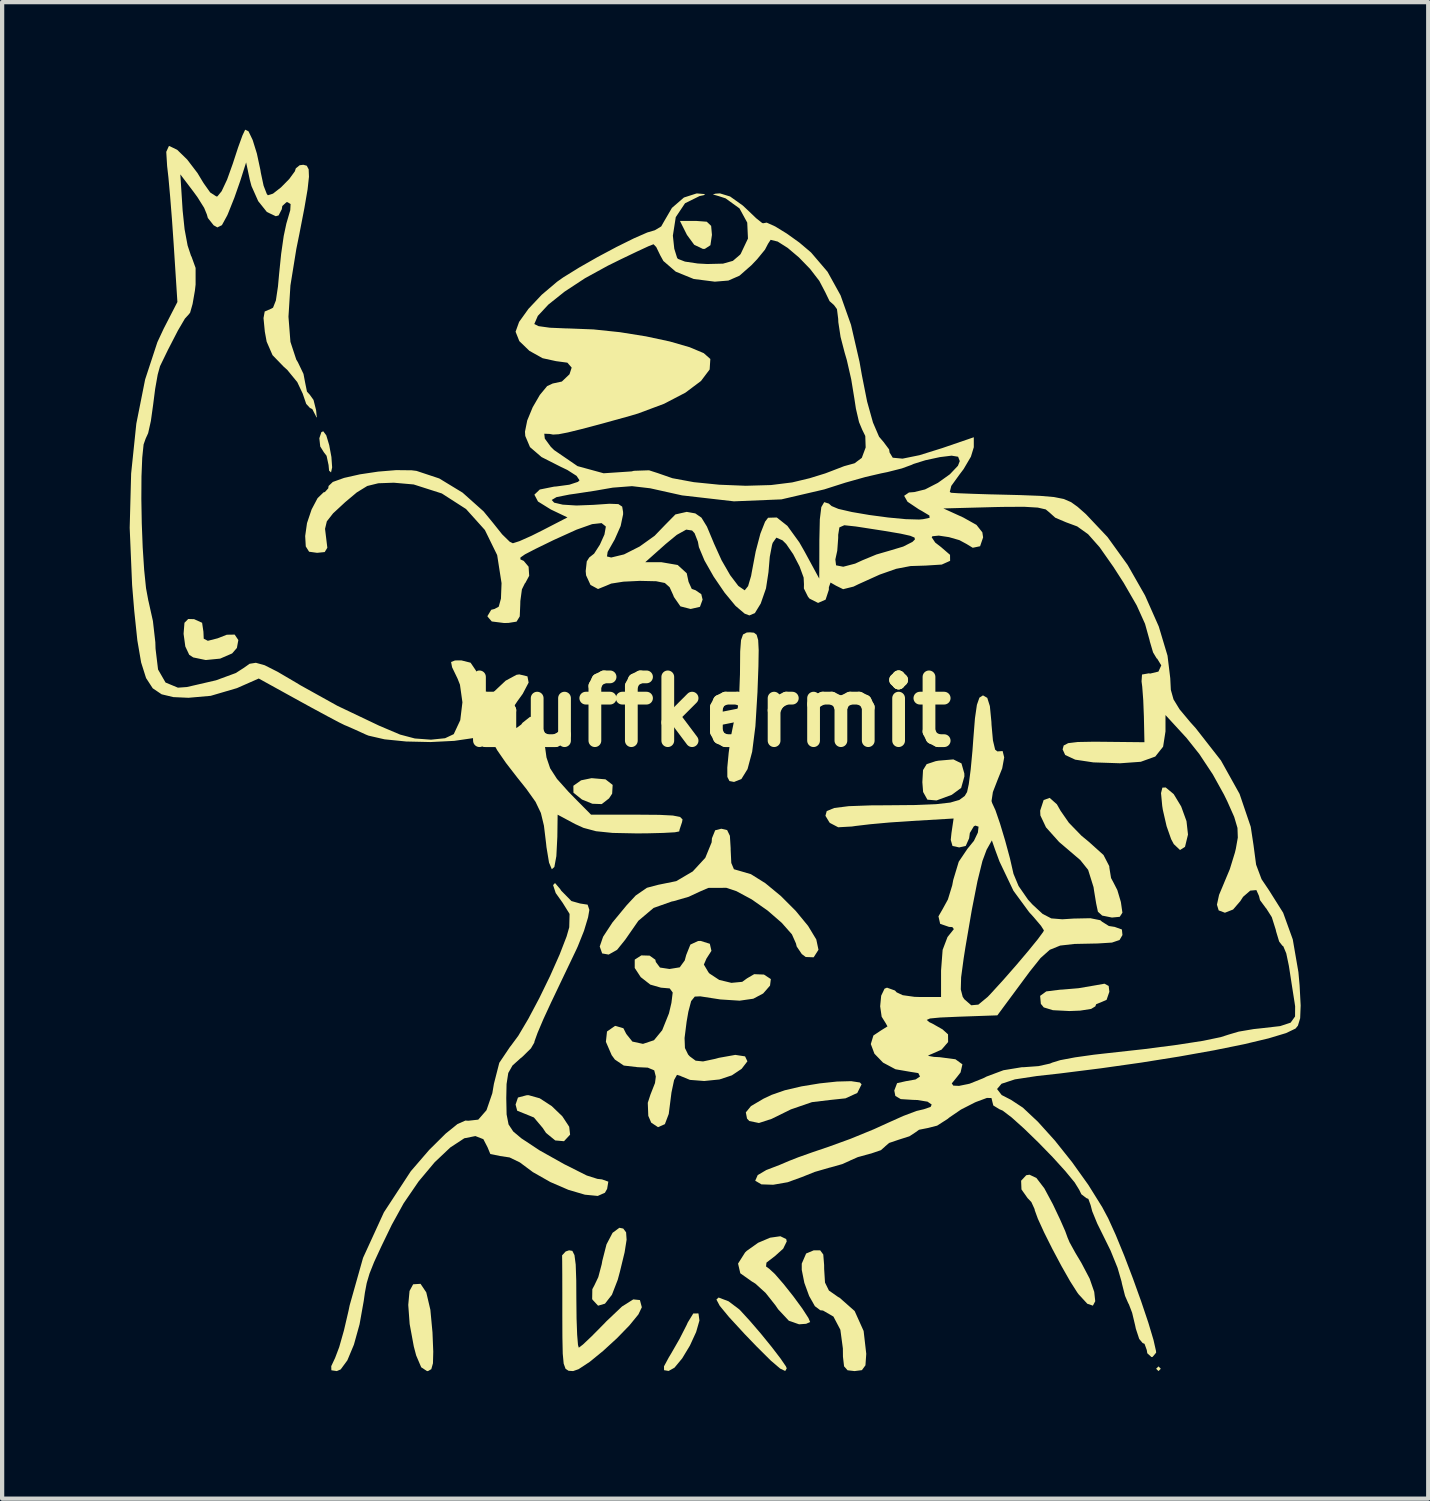
<source format=kicad_pcb>
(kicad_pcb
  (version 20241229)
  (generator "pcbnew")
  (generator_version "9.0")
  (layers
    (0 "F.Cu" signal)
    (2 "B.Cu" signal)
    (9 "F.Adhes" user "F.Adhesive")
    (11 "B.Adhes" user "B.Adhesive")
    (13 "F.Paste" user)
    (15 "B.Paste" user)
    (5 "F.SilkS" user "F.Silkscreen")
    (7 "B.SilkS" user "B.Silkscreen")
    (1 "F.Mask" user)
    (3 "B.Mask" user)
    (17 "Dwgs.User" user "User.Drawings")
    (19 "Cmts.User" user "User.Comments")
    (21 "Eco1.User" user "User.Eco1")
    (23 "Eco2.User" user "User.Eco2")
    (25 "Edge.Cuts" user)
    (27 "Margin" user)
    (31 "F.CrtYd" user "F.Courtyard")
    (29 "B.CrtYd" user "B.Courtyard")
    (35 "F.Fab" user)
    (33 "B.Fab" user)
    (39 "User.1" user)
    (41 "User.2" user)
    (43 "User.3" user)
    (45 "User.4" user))
  (footprint "buffkermit"
    (layer "F.Cu")
    (at 13.583 13.69)
    (property "Reference" "buffkermit" (at 0 0 0) (layer "F.SilkS") (effects (font (size 1.5 1.5) (thickness 0.3))))
    (attr board_only exclude_from_pos_files exclude_from_bom)
    (fp_poly (pts (xy 10.666 15.449) (xy 10.611 15.504) (xy 10.556 15.449) (xy 10.611 15.394)) (stroke (width 0) (type solid)) (fill yes) (layer "F.SilkS"))
    (fp_poly (pts (xy -0.012 -11.526) (xy 0.091 -11.428) (xy 0.11 -11.216) (xy 0.074 -10.973) (xy -0.056 -10.888) (xy -0.102 -10.886) (xy -0.307 -10.983) (xy -0.478 -11.216) (xy -0.643 -11.545) (xy -0.266 -11.545)) (stroke (width 0) (type solid)) (fill yes) (layer "F.SilkS"))
    (fp_poly (pts (xy -2.393 1.588) (xy -2.225 1.719) (xy -2.237 1.925) (xy -2.31 2.036) (xy -2.482 2.17) (xy -2.702 2.162) (xy -2.946 2.063) (xy -3.147 1.902) (xy -3.149 1.739) (xy -2.968 1.611) (xy -2.72 1.56)) (stroke (width 0) (type solid)) (fill yes) (layer "F.SilkS"))
    (fp_poly (pts (xy -8.96 -6.502) (xy -8.891 -6.272) (xy -8.839 -5.992) (xy -8.822 -5.748) (xy -8.848 -5.63) (xy -8.894 -5.672) (xy -8.906 -5.803) (xy -8.953 -6.021) (xy -9.016 -6.103) (xy -9.102 -6.24) (xy -9.123 -6.434) (xy -9.075 -6.578) (xy -9.031 -6.597)) (stroke (width 0) (type solid)) (fill yes) (layer "F.SilkS"))
    (fp_poly (pts (xy 5.978 1.213) (xy 6.045 1.449) (xy 6.047 1.518) (xy 5.971 1.789) (xy 5.75 1.952) (xy 5.392 2.084) (xy 5.177 2.066) (xy 5.076 1.885) (xy 5.058 1.654) (xy 5.074 1.37) (xy 5.159 1.231) (xy 5.37 1.161) (xy 5.436 1.149) (xy 5.787 1.119)) (stroke (width 0) (type solid)) (fill yes) (layer "F.SilkS"))
    (fp_poly (pts (xy 10.969 1.935) (xy 11.145 2.226) (xy 11.27 2.57) (xy 11.305 2.884) (xy 11.304 2.892) (xy 11.235 3.175) (xy 11.118 3.25) (xy 10.971 3.111) (xy 10.909 2.995) (xy 10.802 2.69) (xy 10.714 2.307) (xy 10.699 2.212) (xy 10.671 1.911) (xy 10.703 1.783) (xy 10.781 1.779)) (stroke (width 0) (type solid)) (fill yes) (layer "F.SilkS"))
    (fp_poly (pts (xy -6.608 13.654) (xy -6.512 14.062) (xy -6.462 14.597) (xy -6.444 15.047) (xy -6.451 15.321) (xy -6.49 15.459) (xy -6.567 15.503) (xy -6.591 15.504) (xy -6.727 15.415) (xy -6.846 15.136) (xy -6.902 14.923) (xy -6.999 14.398) (xy -7.032 13.948) (xy -7.002 13.62) (xy -6.917 13.463) (xy -6.743 13.452)) (stroke (width 0) (type solid)) (fill yes) (layer "F.SilkS"))
    (fp_poly (pts (xy -3.94 9.089) (xy -3.657 9.273) (xy -3.408 9.513) (xy -3.247 9.758) (xy -3.226 9.944) (xy -3.369 10.098) (xy -3.576 10.08) (xy -3.792 9.903) (xy -3.871 9.785) (xy -4.077 9.54) (xy -4.283 9.456) (xy -4.47 9.381) (xy -4.508 9.236) (xy -4.452 9.071) (xy -4.248 9.017) (xy -4.2 9.016)) (stroke (width 0) (type solid)) (fill yes) (layer "F.SilkS"))
    (fp_poly (pts (xy -0.206 14.154) (xy -0.184 14.315) (xy -0.262 14.586) (xy -0.408 14.904) (xy -0.589 15.204) (xy -0.771 15.424) (xy -0.909 15.501) (xy -1.016 15.483) (xy -1.018 15.393) (xy -0.905 15.183) (xy -0.85 15.092) (xy -0.653 14.749) (xy -0.485 14.42) (xy -0.458 14.36) (xy -0.329 14.149) (xy -0.213 14.148)) (stroke (width 0) (type solid)) (fill yes) (layer "F.SilkS"))
    (fp_poly (pts (xy -1.976 12.152) (xy -1.909 12.241) (xy -1.897 12.415) (xy -1.944 12.712) (xy -2.055 13.169) (xy -2.106 13.358) (xy -2.242 13.709) (xy -2.406 13.919) (xy -2.568 13.966) (xy -2.698 13.827) (xy -2.707 13.806) (xy -2.703 13.578) (xy -2.656 13.49) (xy -2.563 13.295) (xy -2.482 12.989) (xy -2.469 12.913) (xy -2.37 12.525) (xy -2.227 12.252) (xy -2.067 12.134)) (stroke (width 0) (type solid)) (fill yes) (layer "F.SilkS"))
    (fp_poly (pts (xy 0.274 13.777) (xy 0.499 13.862) (xy 0.749 14.05) (xy 0.77 14.07) (xy 0.994 14.314) (xy 1.255 14.617) (xy 1.511 14.932) (xy 1.722 15.207) (xy 1.85 15.394) (xy 1.869 15.44) (xy 1.833 15.502) (xy 1.714 15.445) (xy 1.494 15.257) (xy 1.159 14.924) (xy 0.879 14.633) (xy 0.512 14.234) (xy 0.294 13.97) (xy 0.215 13.822) (xy 0.263 13.776)) (stroke (width 0) (type solid)) (fill yes) (layer "F.SilkS"))
    (fp_poly (pts (xy 9.44 6.447) (xy 9.456 6.584) (xy 9.391 6.773) (xy 9.291 6.817) (xy 9.145 6.877) (xy 9.126 6.927) (xy 9.027 6.987) (xy 8.77 7.027) (xy 8.518 7.037) (xy 8.128 7.017) (xy 7.913 6.951) (xy 7.845 6.868) (xy 7.828 6.68) (xy 7.972 6.575) (xy 8.304 6.534) (xy 8.339 6.533) (xy 8.73 6.5) (xy 9.099 6.437) (xy 9.342 6.394)) (stroke (width 0) (type solid)) (fill yes) (layer "F.SilkS"))
    (fp_poly (pts (xy -12.068 -2.179) (xy -11.88 -2.094) (xy -11.849 -1.883) (xy -11.842 -1.72) (xy -11.745 -1.67) (xy -11.517 -1.728) (xy -11.299 -1.813) (xy -11.114 -1.816) (xy -11.028 -1.688) (xy -11.062 -1.502) (xy -11.174 -1.373) (xy -11.456 -1.251) (xy -11.795 -1.218) (xy -12.088 -1.279) (xy -12.183 -1.341) (xy -12.275 -1.537) (xy -12.315 -1.829) (xy -12.315 -1.844) (xy -12.295 -2.094) (xy -12.207 -2.183)) (stroke (width 0) (type solid)) (fill yes) (layer "F.SilkS"))
    (fp_poly (pts (xy 3.589 8.717) (xy 3.629 8.76) (xy 3.528 8.963) (xy 3.251 9.09) (xy 2.909 9.126) (xy 2.463 9.179) (xy 1.968 9.349) (xy 1.513 9.573) (xy 1.215 9.67) (xy 0.988 9.623) (xy 0.935 9.566) (xy 0.907 9.42) (xy 1.028 9.272) (xy 1.325 9.097) (xy 1.516 9.007) (xy 1.824 8.9) (xy 2.218 8.808) (xy 2.645 8.738) (xy 3.051 8.695) (xy 3.383 8.686)) (stroke (width 0) (type solid)) (fill yes) (layer "F.SilkS"))
    (fp_poly (pts (xy 1.098 -1.861) (xy 1.161 -1.812) (xy 1.197 -1.687) (xy 1.209 -1.451) (xy 1.203 -1.069) (xy 1.182 -0.503) (xy 1.181 -0.467) (xy 1.132 0.338) (xy 1.056 0.938) (xy 0.947 1.347) (xy 0.803 1.58) (xy 0.63 1.649) (xy 0.522 1.628) (xy 0.472 1.531) (xy 0.471 1.31) (xy 0.504 0.962) (xy 0.558 0.568) (xy 0.624 0.245) (xy 0.674 0.09) (xy 0.719 -0.104) (xy 0.753 -0.45) (xy 0.769 -0.881) (xy 0.77 -0.982) (xy 0.774 -1.422) (xy 0.794 -1.686) (xy 0.841 -1.819) (xy 0.928 -1.865) (xy 1.003 -1.869)) (stroke (width 0) (type solid)) (fill yes) (layer "F.SilkS"))
    (fp_poly (pts (xy 1.856 12.399) (xy 1.869 12.454) (xy 1.785 12.626) (xy 1.581 12.809) (xy 1.577 12.811) (xy 1.392 12.953) (xy 1.382 13.044) (xy 1.457 13.098) (xy 1.59 13.221) (xy 1.794 13.456) (xy 2.024 13.746) (xy 2.234 14.032) (xy 2.379 14.256) (xy 2.419 14.35) (xy 2.325 14.392) (xy 2.159 14.404) (xy 1.918 14.32) (xy 1.667 14.051) (xy 1.605 13.96) (xy 1.373 13.667) (xy 1.131 13.447) (xy 1.046 13.395) (xy 0.777 13.204) (xy 0.724 12.976) (xy 0.889 12.715) (xy 0.928 12.677) (xy 1.195 12.487) (xy 1.478 12.367) (xy 1.719 12.333)) (stroke (width 0) (type solid)) (fill yes) (layer "F.SilkS"))
    (fp_poly (pts (xy 2.656 12.665) (xy 2.728 12.762) (xy 2.748 13.009) (xy 2.749 13.107) (xy 2.769 13.423) (xy 2.861 13.61) (xy 3.074 13.759) (xy 3.114 13.781) (xy 3.466 14.092) (xy 3.677 14.561) (xy 3.739 15.099) (xy 3.72 15.368) (xy 3.637 15.482) (xy 3.464 15.504) (xy 3.299 15.485) (xy 3.217 15.392) (xy 3.191 15.165) (xy 3.189 14.971) (xy 3.13 14.532) (xy 2.967 14.222) (xy 2.722 14.08) (xy 2.659 14.074) (xy 2.531 13.978) (xy 2.396 13.739) (xy 2.283 13.429) (xy 2.222 13.124) (xy 2.222 12.977) (xy 2.325 12.739) (xy 2.502 12.665)) (stroke (width 0) (type solid)) (fill yes) (layer "F.SilkS"))
    (fp_poly (pts (xy 8.222 2.175) (xy 8.309 2.328) (xy 8.504 2.609) (xy 8.799 2.913) (xy 8.971 3.055) (xy 9.318 3.367) (xy 9.454 3.63) (xy 9.456 3.665) (xy 9.496 3.909) (xy 9.555 4.019) (xy 9.644 4.193) (xy 9.726 4.47) (xy 9.728 4.481) (xy 9.763 4.724) (xy 9.7 4.821) (xy 9.517 4.838) (xy 9.287 4.792) (xy 9.187 4.701) (xy 9.146 4.509) (xy 9.096 4.205) (xy 9.084 4.123) (xy 8.957 3.717) (xy 8.772 3.486) (xy 8.275 3.062) (xy 7.966 2.717) (xy 7.834 2.437) (xy 7.829 2.324) (xy 7.911 2.074) (xy 8.052 2.024)) (stroke (width 0) (type solid)) (fill yes) (layer "F.SilkS"))
    (fp_poly (pts (xy 7.74 10.962) (xy 7.927 11.207) (xy 8.128 11.582) (xy 8.296 11.936) (xy 8.417 12.21) (xy 8.467 12.347) (xy 8.467 12.35) (xy 8.52 12.476) (xy 8.658 12.726) (xy 8.797 12.958) (xy 8.992 13.329) (xy 9.1 13.64) (xy 9.124 13.861) (xy 9.069 13.965) (xy 8.938 13.921) (xy 8.735 13.701) (xy 8.701 13.655) (xy 8.534 13.393) (xy 8.33 13.034) (xy 8.116 12.632) (xy 7.921 12.242) (xy 7.774 11.92) (xy 7.701 11.72) (xy 7.698 11.696) (xy 7.621 11.528) (xy 7.532 11.435) (xy 7.389 11.232) (xy 7.381 11.027) (xy 7.501 10.898) (xy 7.578 10.886)) (stroke (width 0) (type solid)) (fill yes) (layer "F.SilkS"))
    (fp_poly (pts (xy -3.173 12.677) (xy -3.123 12.777) (xy -3.094 12.999) (xy -3.081 13.378) (xy -3.079 13.792) (xy -3.074 14.267) (xy -3.06 14.649) (xy -3.04 14.891) (xy -3.021 14.954) (xy -2.924 14.88) (xy -2.717 14.684) (xy -2.441 14.405) (xy -2.374 14.335) (xy -2.005 13.985) (xy -1.74 13.818) (xy -1.584 13.834) (xy -1.539 14.003) (xy -1.62 14.172) (xy -1.83 14.429) (xy -2.122 14.73) (xy -2.451 15.031) (xy -2.767 15.289) (xy -3.026 15.459) (xy -3.155 15.504) (xy -3.262 15.497) (xy -3.333 15.45) (xy -3.377 15.328) (xy -3.399 15.093) (xy -3.407 14.71) (xy -3.409 14.184) (xy -3.409 13.665) (xy -3.41 13.228) (xy -3.412 12.918) (xy -3.414 12.782) (xy -3.33 12.691) (xy -3.25 12.664)) (stroke (width 0) (type solid)) (fill yes) (layer "F.SilkS"))
    (fp_poly (pts (xy 0.467 2.781) (xy 0.532 2.916) (xy 0.55 3.208) (xy 0.55 3.244) (xy 0.565 3.555) (xy 0.627 3.702) (xy 0.756 3.739) (xy 1.026 3.818) (xy 1.365 4.03) (xy 1.73 4.331) (xy 2.079 4.68) (xy 2.371 5.035) (xy 2.564 5.354) (xy 2.615 5.595) (xy 2.614 5.598) (xy 2.502 5.773) (xy 2.315 5.766) (xy 2.223 5.697) (xy 2.103 5.519) (xy 2.086 5.448) (xy 1.991 5.234) (xy 1.751 4.962) (xy 1.419 4.674) (xy 1.046 4.412) (xy 0.684 4.217) (xy 0.449 4.139) (xy 0.025 4.141) (xy -0.167 4.224) (xy -0.437 4.35) (xy -0.785 4.451) (xy -0.836 4.461) (xy -1.262 4.612) (xy -1.62 4.914) (xy -1.93 5.36) (xy -2.121 5.597) (xy -2.319 5.709) (xy -2.472 5.682) (xy -2.529 5.519) (xy -2.45 5.29) (xy -2.23 4.954) (xy -1.894 4.547) (xy -1.682 4.319) (xy -1.419 4.138) (xy -1.154 4.068) (xy -0.73 3.982) (xy -0.342 3.754) (xy -0.046 3.433) (xy 0.103 3.069) (xy 0.11 2.973) (xy 0.186 2.786) (xy 0.33 2.749)) (stroke (width 0) (type solid)) (fill yes) (layer "F.SilkS"))
    (fp_poly (pts (xy 0.06 5.455) (xy 0.098 5.621) (xy -0.019 5.803) (xy -0.08 5.944) (xy 0.029 6.128) (xy 0.053 6.155) (xy 0.281 6.305) (xy 0.568 6.374) (xy 0.822 6.35) (xy 0.935 6.268) (xy 1.103 6.17) (xy 1.333 6.179) (xy 1.495 6.285) (xy 1.476 6.439) (xy 1.314 6.624) (xy 1.083 6.747) (xy 0.761 6.793) (xy 0.307 6.764) (xy -0.165 6.691) (xy -0.294 6.697) (xy -0.379 6.803) (xy -0.445 7.053) (xy -0.486 7.29) (xy -0.534 7.672) (xy -0.525 7.907) (xy -0.45 8.06) (xy -0.411 8.103) (xy -0.274 8.204) (xy -0.1 8.222) (xy 0.187 8.161) (xy 0.274 8.137) (xy 0.66 8.068) (xy 0.889 8.103) (xy 0.944 8.219) (xy 0.809 8.395) (xy 0.579 8.549) (xy 0.287 8.646) (xy -0.072 8.682) (xy -0.407 8.656) (xy -0.626 8.566) (xy -0.63 8.562) (xy -0.712 8.537) (xy -0.78 8.659) (xy -0.842 8.953) (xy -0.904 9.442) (xy -0.905 9.455) (xy -0.997 9.697) (xy -1.158 9.768) (xy -1.318 9.662) (xy -1.387 9.502) (xy -1.399 9.195) (xy -1.336 9.001) (xy -1.229 8.729) (xy -1.21 8.578) (xy -1.247 8.432) (xy -1.399 8.368) (xy -1.637 8.357) (xy -1.963 8.319) (xy -2.172 8.178) (xy -2.248 8.075) (xy -2.384 7.761) (xy -2.358 7.518) (xy -2.173 7.389) (xy -2.163 7.386) (xy -1.973 7.441) (xy -1.904 7.577) (xy -1.761 7.755) (xy -1.512 7.809) (xy -1.253 7.723) (xy -1.06 7.488) (xy -0.901 7.092) (xy -0.843 6.845) (xy -0.813 6.601) (xy -0.883 6.505) (xy -1.09 6.487) (xy -1.34 6.415) (xy -1.565 6.239) (xy -1.706 6.024) (xy -1.706 5.83) (xy -1.702 5.825) (xy -1.551 5.728) (xy -1.355 5.734) (xy -1.221 5.83) (xy -1.21 5.883) (xy -1.112 6.014) (xy -0.888 6.048) (xy -0.648 6.009) (xy -0.53 5.847) (xy -0.495 5.718) (xy -0.397 5.474) (xy -0.217 5.39) (xy -0.156 5.388)) (stroke (width 0) (type solid)) (fill yes) (layer "F.SilkS"))
    (fp_poly (pts (xy -3.461 4.166) (xy -3.435 4.206) (xy -3.195 4.45) (xy -2.99 4.508) (xy -2.814 4.535) (xy -2.773 4.658) (xy -2.803 4.833) (xy -2.899 5.151) (xy -3.044 5.514) (xy -3.072 5.576) (xy -3.216 5.878) (xy -3.416 6.296) (xy -3.632 6.75) (xy -3.67 6.829) (xy -3.853 7.225) (xy -3.991 7.55) (xy -4.063 7.749) (xy -4.068 7.779) (xy -4.147 7.915) (xy -4.343 8.108) (xy -4.397 8.152) (xy -4.581 8.318) (xy -4.68 8.494) (xy -4.72 8.753) (xy -4.727 9.086) (xy -4.719 9.468) (xy -4.673 9.704) (xy -4.563 9.87) (xy -4.371 10.031) (xy -3.943 10.314) (xy -3.365 10.638) (xy -2.833 10.905) (xy -2.583 10.984) (xy -2.476 10.996) (xy -2.327 11.049) (xy -2.355 11.219) (xy -2.407 11.31) (xy -2.575 11.385) (xy -2.877 11.356) (xy -3.265 11.242) (xy -3.689 11.059) (xy -4.101 10.825) (xy -4.407 10.597) (xy -4.648 10.48) (xy -4.874 10.446) (xy -5.102 10.399) (xy -5.168 10.239) (xy -5.266 10.05) (xy -5.453 9.977) (xy -5.714 10.029) (xy -6.043 10.245) (xy -6.411 10.593) (xy -6.787 11.042) (xy -7.141 11.559) (xy -7.421 12.067) (xy -7.668 12.578) (xy -7.836 12.942) (xy -7.943 13.211) (xy -8.009 13.434) (xy -8.052 13.662) (xy -8.079 13.855) (xy -8.177 14.404) (xy -8.31 14.883) (xy -8.464 15.251) (xy -8.621 15.465) (xy -8.712 15.504) (xy -8.84 15.485) (xy -8.843 15.388) (xy -8.752 15.194) (xy -8.656 14.941) (xy -8.544 14.546) (xy -8.436 14.083) (xy -8.41 13.957) (xy -8.095 12.841) (xy -7.605 11.771) (xy -6.972 10.804) (xy -6.539 10.302) (xy -6.152 9.919) (xy -5.875 9.695) (xy -5.687 9.612) (xy -5.622 9.617) (xy -5.386 9.591) (xy -5.192 9.369) (xy -5.055 8.97) (xy -5.017 8.746) (xy -4.891 8.254) (xy -4.636 7.875) (xy -4.627 7.866) (xy -4.444 7.618) (xy -4.209 7.221) (xy -3.95 6.733) (xy -3.695 6.209) (xy -3.472 5.707) (xy -3.308 5.283) (xy -3.246 5.067) (xy -3.238 4.753) (xy -3.401 4.491) (xy -3.564 4.262) (xy -3.626 4.075) (xy -3.581 4.026)) (stroke (width 0) (type solid)) (fill yes) (layer "F.SilkS"))
    (fp_poly (pts (xy -10.789 -13.652) (xy -10.691 -13.448) (xy -10.592 -13.129) (xy -10.51 -12.747) (xy -10.498 -12.673) (xy -10.434 -12.373) (xy -10.358 -12.177) (xy -10.333 -12.148) (xy -10.213 -12.186) (xy -10.024 -12.334) (xy -9.831 -12.53) (xy -9.699 -12.711) (xy -9.676 -12.781) (xy -9.586 -12.854) (xy -9.5 -12.865) (xy -9.419 -12.843) (xy -9.374 -12.758) (xy -9.367 -12.583) (xy -9.399 -12.289) (xy -9.474 -11.85) (xy -9.593 -11.236) (xy -9.664 -10.886) (xy -9.803 -10.027) (xy -9.849 -9.291) (xy -9.803 -8.701) (xy -9.665 -8.282) (xy -9.629 -8.224) (xy -9.496 -7.947) (xy -9.456 -7.737) (xy -9.414 -7.53) (xy -9.349 -7.459) (xy -9.26 -7.335) (xy -9.199 -7.092) (xy -9.183 -6.921) (xy -9.199 -6.935) (xy -9.204 -6.955) (xy -9.288 -7.118) (xy -9.345 -7.147) (xy -9.432 -7.242) (xy -9.51 -7.47) (xy -9.511 -7.476) (xy -9.642 -7.754) (xy -9.879 -8.043) (xy -9.959 -8.114) (xy -10.224 -8.388) (xy -10.362 -8.705) (xy -10.405 -8.94) (xy -10.436 -9.259) (xy -10.408 -9.414) (xy -10.311 -9.456) (xy -10.305 -9.456) (xy -10.212 -9.504) (xy -10.145 -9.674) (xy -10.096 -10.002) (xy -10.068 -10.308) (xy -10.021 -10.77) (xy -9.961 -11.189) (xy -9.899 -11.481) (xy -9.894 -11.498) (xy -9.807 -11.796) (xy -9.799 -11.941) (xy -9.868 -11.984) (xy -9.896 -11.985) (xy -9.994 -11.896) (xy -10.006 -11.82) (xy -10.081 -11.674) (xy -10.147 -11.655) (xy -10.356 -11.754) (xy -10.561 -12.01) (xy -10.719 -12.365) (xy -10.758 -12.512) (xy -10.845 -12.92) (xy -10.985 -12.48) (xy -11.121 -12.091) (xy -11.27 -11.718) (xy -11.288 -11.676) (xy -11.414 -11.445) (xy -11.522 -11.392) (xy -11.609 -11.442) (xy -11.745 -11.614) (xy -11.768 -11.696) (xy -11.832 -11.852) (xy -11.99 -12.104) (xy -12.082 -12.23) (xy -12.392 -12.639) (xy -12.338 -11.79) (xy -12.292 -11.348) (xy -12.221 -10.967) (xy -12.14 -10.722) (xy -12.129 -10.705) (xy -12.033 -10.439) (xy -12.033 -10.049) (xy -12.049 -9.907) (xy -12.104 -9.591) (xy -12.162 -9.387) (xy -12.194 -9.346) (xy -12.284 -9.248) (xy -12.45 -8.965) (xy -12.683 -8.513) (xy -12.87 -8.128) (xy -12.924 -7.933) (xy -12.984 -7.595) (xy -13.032 -7.219) (xy -13.085 -6.839) (xy -13.149 -6.553) (xy -13.208 -6.424) (xy -13.256 -6.288) (xy -13.288 -5.976) (xy -13.306 -5.533) (xy -13.309 -5.004) (xy -13.299 -4.433) (xy -13.277 -3.864) (xy -13.243 -3.341) (xy -13.199 -2.909) (xy -13.144 -2.612) (xy -13.139 -2.594) (xy -13.037 -2.136) (xy -12.98 -1.637) (xy -12.975 -1.484) (xy -12.916 -0.995) (xy -12.74 -0.689) (xy -12.449 -0.568) (xy -12.237 -0.583) (xy -11.553 -0.741) (xy -11.088 -0.912) (xy -10.894 -1.037) (xy -10.763 -1.13) (xy -10.615 -1.153) (xy -10.41 -1.096) (xy -10.109 -0.944) (xy -9.671 -0.687) (xy -9.567 -0.624) (xy -8.698 -0.141) (xy -7.715 0.327) (xy -7.224 0.535) (xy -6.877 0.627) (xy -6.497 0.655) (xy -6.166 0.621) (xy -5.964 0.526) (xy -5.961 0.522) (xy -5.809 0.197) (xy -5.758 -0.224) (xy -5.816 -0.638) (xy -5.872 -0.78) (xy -6.001 -1.048) (xy -6.025 -1.172) (xy -5.932 -1.208) (xy -5.784 -1.21) (xy -5.566 -1.155) (xy -5.44 -0.969) (xy -5.389 -0.614) (xy -5.386 -0.458) (xy -5.384 -0.055) (xy -5.024 -0.467) (xy -4.742 -0.732) (xy -4.487 -0.87) (xy -4.421 -0.88) (xy -4.229 -0.834) (xy -4.201 -0.688) (xy -4.34 -0.423) (xy -4.463 -0.253) (xy -4.636 0.006) (xy -4.67 0.173) (xy -4.613 0.281) (xy -4.49 0.383) (xy -4.375 0.299) (xy -4.345 0.258) (xy -4.166 0.116) (xy -4.006 0.176) (xy -3.884 0.421) (xy -3.826 0.746) (xy -3.781 1.074) (xy -3.695 1.329) (xy -3.534 1.578) (xy -3.262 1.882) (xy -3.098 2.05) (xy -2.733 2.419) (xy -1.63 2.419) (xy -1.127 2.423) (xy -0.809 2.439) (xy -0.639 2.473) (xy -0.582 2.53) (xy -0.593 2.593) (xy -0.651 2.768) (xy -0.66 2.813) (xy -0.762 2.833) (xy -1.035 2.848) (xy -1.432 2.858) (xy -1.678 2.859) (xy -2.226 2.848) (xy -2.616 2.808) (xy -2.911 2.729) (xy -3.108 2.639) (xy -3.519 2.419) (xy -3.526 2.941) (xy -3.549 3.394) (xy -3.596 3.649) (xy -3.656 3.702) (xy -3.721 3.547) (xy -3.782 3.179) (xy -3.791 3.091) (xy -3.841 2.678) (xy -3.913 2.379) (xy -4.039 2.116) (xy -4.254 1.814) (xy -4.464 1.551) (xy -4.734 1.202) (xy -4.94 0.904) (xy -5.047 0.708) (xy -5.056 0.673) (xy -5.106 0.582) (xy -5.286 0.577) (xy -5.47 0.613) (xy -5.95 0.683) (xy -6.511 0.711) (xy -7.08 0.698) (xy -7.589 0.647) (xy -7.967 0.56) (xy -8.027 0.536) (xy -8.305 0.409) (xy -8.5 0.324) (xy -8.522 0.316) (xy -8.66 0.248) (xy -8.943 0.098) (xy -9.324 -0.108) (xy -9.59 -0.254) (xy -10.548 -0.783) (xy -11.061 -0.557) (xy -11.678 -0.376) (xy -12.202 -0.33) (xy -12.556 -0.346) (xy -12.832 -0.412) (xy -13.041 -0.553) (xy -13.198 -0.794) (xy -13.314 -1.161) (xy -13.403 -1.68) (xy -13.476 -2.375) (xy -13.526 -2.979) (xy -13.583 -4.328) (xy -13.549 -5.604) (xy -13.427 -6.777) (xy -13.22 -7.816) (xy -12.932 -8.693) (xy -12.783 -9.012) (xy -12.461 -9.638) (xy -12.549 -11.004) (xy -12.589 -11.58) (xy -12.632 -12.121) (xy -12.672 -12.565) (xy -12.703 -12.837) (xy -12.723 -13.169) (xy -12.663 -13.302) (xy -12.647 -13.305) (xy -12.466 -13.217) (xy -12.231 -12.988) (xy -11.989 -12.671) (xy -11.848 -12.437) (xy -11.69 -12.214) (xy -11.545 -12.12) (xy -11.52 -12.122) (xy -11.421 -12.243) (xy -11.292 -12.517) (xy -11.16 -12.886) (xy -11.156 -12.898) (xy -11.034 -13.271) (xy -10.931 -13.555) (xy -10.868 -13.689) (xy -10.867 -13.69)) (stroke (width 0) (type solid)) (fill yes) (layer "F.SilkS"))
    (fp_poly (pts (xy 0.537 -12.119) (xy 0.835 -11.907) (xy 0.931 -11.817) (xy 1.151 -11.607) (xy 1.292 -11.495) (xy 1.319 -11.49) (xy 1.397 -11.505) (xy 1.597 -11.415) (xy 1.869 -11.248) (xy 2.164 -11.037) (xy 2.431 -10.811) (xy 2.448 -10.794) (xy 2.828 -10.349) (xy 3.134 -9.796) (xy 3.38 -9.102) (xy 3.58 -8.234) (xy 3.636 -7.917) (xy 3.759 -7.297) (xy 3.897 -6.803) (xy 4.04 -6.47) (xy 4.146 -6.345) (xy 4.276 -6.171) (xy 4.288 -6.097) (xy 4.362 -5.976) (xy 4.592 -5.954) (xy 4.99 -6.035) (xy 5.525 -6.202) (xy 6.268 -6.457) (xy 6.268 -6.222) (xy 6.2 -6) (xy 6.029 -5.709) (xy 5.93 -5.578) (xy 5.738 -5.312) (xy 5.703 -5.17) (xy 5.737 -5.151) (xy 5.913 -5.14) (xy 6.241 -5.127) (xy 6.655 -5.114) (xy 6.707 -5.113) (xy 7.356 -5.097) (xy 7.825 -5.079) (xy 8.154 -5.051) (xy 8.385 -5.005) (xy 8.556 -4.931) (xy 8.708 -4.822) (xy 8.882 -4.669) (xy 8.906 -4.647) (xy 9.413 -4.11) (xy 9.885 -3.455) (xy 10.295 -2.736) (xy 10.618 -2.007) (xy 10.824 -1.32) (xy 10.888 -0.792) (xy 10.902 -0.516) (xy 10.965 -0.292) (xy 11.107 -0.059) (xy 11.361 0.245) (xy 11.487 0.385) (xy 12.08 1.144) (xy 12.518 1.93) (xy 12.781 2.704) (xy 12.846 3.134) (xy 12.907 3.594) (xy 13.035 3.936) (xy 13.21 4.196) (xy 13.543 4.725) (xy 13.769 5.351) (xy 13.902 6.121) (xy 13.93 6.434) (xy 13.955 6.906) (xy 13.943 7.207) (xy 13.89 7.381) (xy 13.834 7.449) (xy 13.613 7.555) (xy 13.202 7.679) (xy 12.628 7.816) (xy 11.919 7.96) (xy 11.103 8.106) (xy 10.208 8.249) (xy 9.262 8.383) (xy 8.293 8.505) (xy 7.752 8.565) (xy 7.234 8.644) (xy 6.92 8.747) (xy 6.815 8.871) (xy 6.923 9.012) (xy 7.143 9.125) (xy 7.421 9.308) (xy 7.775 9.64) (xy 8.173 10.081) (xy 8.579 10.59) (xy 8.962 11.126) (xy 9.287 11.647) (xy 9.431 11.917) (xy 9.606 12.303) (xy 9.806 12.79) (xy 10.011 13.328) (xy 10.206 13.87) (xy 10.373 14.367) (xy 10.494 14.771) (xy 10.553 15.032) (xy 10.556 15.071) (xy 10.472 15.171) (xy 10.446 15.174) (xy 10.348 15.085) (xy 10.336 15.009) (xy 10.283 14.863) (xy 10.238 14.844) (xy 10.158 14.748) (xy 10.079 14.508) (xy 10.063 14.432) (xy 9.992 14.134) (xy 9.914 13.93) (xy 9.901 13.91) (xy 9.825 13.735) (xy 9.752 13.448) (xy 9.742 13.397) (xy 9.649 13.076) (xy 9.485 12.671) (xy 9.343 12.382) (xy 9.171 12.034) (xy 9.053 11.746) (xy 9.016 11.603) (xy 8.962 11.455) (xy 8.914 11.435) (xy 8.798 11.346) (xy 8.748 11.243) (xy 8.641 11.069) (xy 8.418 10.798) (xy 8.12 10.47) (xy 7.784 10.125) (xy 7.45 9.801) (xy 7.158 9.539) (xy 6.946 9.378) (xy 6.871 9.346) (xy 6.727 9.258) (xy 6.707 9.18) (xy 6.684 9.083) (xy 6.577 9.08) (xy 6.331 9.171) (xy 6.297 9.185) (xy 5.966 9.354) (xy 5.688 9.544) (xy 5.657 9.571) (xy 5.406 9.732) (xy 5.195 9.786) (xy 4.979 9.829) (xy 4.898 9.888) (xy 4.755 9.982) (xy 4.507 10.061) (xy 4.277 10.139) (xy 4.178 10.224) (xy 4.178 10.226) (xy 4.083 10.309) (xy 3.851 10.388) (xy 3.821 10.395) (xy 3.541 10.472) (xy 3.357 10.553) (xy 3.354 10.556) (xy 3.176 10.636) (xy 2.897 10.715) (xy 2.885 10.717) (xy 2.525 10.821) (xy 2.226 10.941) (xy 1.89 11.063) (xy 1.55 11.122) (xy 1.274 11.113) (xy 1.131 11.03) (xy 1.129 11.024) (xy 1.186 10.895) (xy 1.388 10.776) (xy 1.393 10.774) (xy 1.701 10.656) (xy 1.924 10.561) (xy 2.14 10.476) (xy 2.487 10.353) (xy 2.859 10.227) (xy 3.368 10.042) (xy 3.917 9.817) (xy 4.242 9.669) (xy 4.61 9.504) (xy 4.92 9.387) (xy 5.094 9.346) (xy 5.252 9.292) (xy 5.278 9.236) (xy 5.18 9.168) (xy 4.937 9.129) (xy 4.838 9.126) (xy 4.55 9.108) (xy 4.423 9.033) (xy 4.398 8.906) (xy 4.464 8.733) (xy 4.667 8.687) (xy 4.899 8.646) (xy 5.003 8.577) (xy 4.963 8.496) (xy 4.779 8.467) (xy 4.426 8.406) (xy 4.134 8.25) (xy 3.931 8.04) (xy 3.846 7.813) (xy 3.907 7.612) (xy 4.087 7.492) (xy 4.238 7.398) (xy 4.197 7.324) (xy 4.101 7.17) (xy 4.066 6.925) (xy 4.09 6.676) (xy 4.169 6.511) (xy 4.227 6.487) (xy 4.414 6.554) (xy 4.453 6.597) (xy 4.596 6.664) (xy 4.874 6.703) (xy 5.01 6.707) (xy 5.498 6.707) (xy 5.498 6.528) (xy 5.962 6.528) (xy 6.007 6.702) (xy 6.045 6.759) (xy 6.208 6.901) (xy 6.375 6.886) (xy 6.597 6.702) (xy 6.67 6.625) (xy 6.962 6.305) (xy 7.266 5.958) (xy 7.547 5.626) (xy 7.77 5.352) (xy 7.899 5.177) (xy 7.917 5.14) (xy 7.848 5.032) (xy 7.674 4.826) (xy 7.57 4.712) (xy 7.2 4.208) (xy 6.872 3.52) (xy 6.77 3.244) (xy 6.693 3.024) (xy 6.569 3.244) (xy 6.471 3.508) (xy 6.354 3.983) (xy 6.221 4.66) (xy 6.072 5.53) (xy 6.03 5.797) (xy 5.97 6.243) (xy 5.962 6.528) (xy 5.498 6.528) (xy 5.498 6.084) (xy 5.535 5.598) (xy 5.65 5.296) (xy 5.68 5.259) (xy 5.799 5.11) (xy 5.763 5.062) (xy 5.686 5.058) (xy 5.477 4.986) (xy 5.437 4.81) (xy 5.537 4.636) (xy 5.659 4.413) (xy 5.761 4.08) (xy 5.784 3.956) (xy 5.914 3.525) (xy 6.119 3.221) (xy 6.271 3.034) (xy 6.364 2.84) (xy 6.38 2.701) (xy 6.304 2.675) (xy 6.268 2.694) (xy 6.175 2.849) (xy 6.158 2.975) (xy 6.079 3.153) (xy 5.925 3.189) (xy 5.767 3.155) (xy 5.726 3.012) (xy 5.743 2.849) (xy 5.793 2.509) (xy 4.793 2.568) (xy 4.293 2.602) (xy 3.831 2.644) (xy 3.483 2.685) (xy 3.403 2.697) (xy 3.079 2.715) (xy 2.884 2.613) (xy 2.871 2.598) (xy 2.779 2.445) (xy 2.809 2.335) (xy 2.984 2.262) (xy 3.324 2.219) (xy 3.852 2.2) (xy 4.212 2.198) (xy 4.89 2.192) (xy 5.38 2.172) (xy 5.716 2.134) (xy 5.93 2.071) (xy 6.055 1.978) (xy 6.11 1.886) (xy 6.15 1.701) (xy 6.195 1.355) (xy 6.237 0.909) (xy 6.255 0.66) (xy 6.295 0.155) (xy 6.341 -0.164) (xy 6.4 -0.333) (xy 6.481 -0.385) (xy 6.487 -0.385) (xy 6.585 -0.328) (xy 6.646 -0.134) (xy 6.682 0.236) (xy 6.685 0.306) (xy 6.718 0.672) (xy 6.77 0.89) (xy 6.823 0.931) (xy 6.946 0.923) (xy 6.983 1.072) (xy 6.936 1.33) (xy 6.829 1.597) (xy 6.717 1.886) (xy 6.685 2.098) (xy 6.699 2.144) (xy 6.777 2.314) (xy 6.886 2.632) (xy 7.006 3.031) (xy 7.118 3.445) (xy 7.201 3.808) (xy 7.201 3.809) (xy 7.321 4.097) (xy 7.543 4.417) (xy 7.648 4.532) (xy 7.887 4.753) (xy 8.09 4.858) (xy 8.35 4.879) (xy 8.617 4.862) (xy 9.009 4.854) (xy 9.243 4.901) (xy 9.284 4.936) (xy 9.445 5.037) (xy 9.581 5.058) (xy 9.751 5.119) (xy 9.764 5.25) (xy 9.696 5.366) (xy 9.517 5.427) (xy 9.177 5.448) (xy 9.124 5.449) (xy 8.635 5.459) (xy 8.3 5.497) (xy 8.056 5.596) (xy 7.839 5.789) (xy 7.583 6.11) (xy 7.429 6.318) (xy 6.822 7.138) (xy 5.913 7.17) (xy 5.478 7.189) (xy 5.237 7.212) (xy 5.161 7.246) (xy 5.223 7.299) (xy 5.295 7.333) (xy 5.533 7.468) (xy 5.662 7.585) (xy 5.664 7.766) (xy 5.51 7.944) (xy 5.253 8.058) (xy 5.242 8.06) (xy 5.19 8.09) (xy 5.329 8.115) (xy 5.464 8.122) (xy 5.836 8.171) (xy 6 8.29) (xy 5.957 8.48) (xy 5.876 8.584) (xy 5.75 8.739) (xy 5.787 8.791) (xy 5.921 8.797) (xy 6.168 8.746) (xy 6.486 8.619) (xy 6.569 8.577) (xy 6.965 8.429) (xy 7.397 8.358) (xy 7.449 8.357) (xy 7.791 8.332) (xy 8.061 8.272) (xy 8.111 8.25) (xy 8.3 8.192) (xy 8.649 8.126) (xy 9.097 8.063) (xy 9.346 8.035) (xy 10.277 7.932) (xy 11.054 7.831) (xy 11.66 7.737) (xy 12.077 7.65) (xy 12.26 7.591) (xy 12.497 7.521) (xy 12.85 7.461) (xy 13.046 7.44) (xy 13.473 7.391) (xy 13.719 7.31) (xy 13.823 7.165) (xy 13.825 6.926) (xy 13.811 6.832) (xy 13.751 6.449) (xy 13.686 6.027) (xy 13.676 5.965) (xy 13.616 5.68) (xy 13.547 5.515) (xy 13.523 5.498) (xy 13.449 5.402) (xy 13.378 5.167) (xy 13.369 5.124) (xy 13.276 4.829) (xy 13.145 4.623) (xy 13.137 4.616) (xy 12.999 4.429) (xy 12.975 4.33) (xy 12.913 4.192) (xy 12.769 4.205) (xy 12.601 4.351) (xy 12.535 4.453) (xy 12.366 4.649) (xy 12.174 4.725) (xy 12.027 4.67) (xy 11.986 4.536) (xy 12.036 4.305) (xy 12.155 4.021) (xy 12.155 4.02) (xy 12.289 3.7) (xy 12.409 3.31) (xy 12.431 3.218) (xy 12.477 2.957) (xy 12.469 2.731) (xy 12.392 2.471) (xy 12.232 2.111) (xy 12.152 1.947) (xy 11.889 1.472) (xy 11.571 0.992) (xy 11.271 0.615) (xy 10.776 0.076) (xy 10.776 0.461) (xy 10.72 0.82) (xy 10.536 1.052) (xy 10.195 1.175) (xy 9.709 1.21) (xy 9.079 1.189) (xy 8.653 1.125) (xy 8.417 1.015) (xy 8.357 0.883) (xy 8.382 0.792) (xy 8.487 0.737) (xy 8.711 0.71) (xy 9.096 0.703) (xy 9.319 0.705) (xy 10.281 0.715) (xy 10.268 0.11) (xy 10.253 -0.273) (xy 10.229 -0.592) (xy 10.213 -0.715) (xy 10.224 -0.877) (xy 10.383 -0.905) (xy 10.418 -0.9) (xy 10.61 -0.946) (xy 10.677 -1.092) (xy 10.582 -1.248) (xy 10.568 -1.257) (xy 10.484 -1.397) (xy 10.407 -1.658) (xy 10.401 -1.688) (xy 10.295 -2.069) (xy 10.099 -2.503) (xy 9.793 -3.033) (xy 9.551 -3.409) (xy 9.226 -3.872) (xy 8.956 -4.177) (xy 8.7 -4.36) (xy 8.438 -4.457) (xy 8.184 -4.565) (xy 8.046 -4.689) (xy 7.96 -4.76) (xy 7.772 -4.803) (xy 7.449 -4.822) (xy 6.953 -4.819) (xy 6.756 -4.815) (xy 5.553 -4.783) (xy 6.02 -4.57) (xy 6.331 -4.396) (xy 6.469 -4.221) (xy 6.487 -4.102) (xy 6.416 -3.894) (xy 6.243 -3.858) (xy 6.097 -3.947) (xy 5.93 -4.037) (xy 5.684 -4.108) (xy 5.445 -4.144) (xy 5.294 -4.129) (xy 5.278 -4.104) (xy 5.361 -3.98) (xy 5.498 -3.874) (xy 5.709 -3.692) (xy 5.711 -3.551) (xy 5.515 -3.463) (xy 5.133 -3.439) (xy 4.78 -3.428) (xy 4.442 -3.363) (xy 4.055 -3.227) (xy 3.555 -3.001) (xy 3.44 -2.945) (xy 3.195 -2.884) (xy 3.028 -2.966) (xy 2.899 -3.04) (xy 2.86 -2.931) (xy 2.859 -2.869) (xy 2.783 -2.638) (xy 2.606 -2.561) (xy 2.405 -2.662) (xy 2.369 -2.706) (xy 2.272 -2.901) (xy 2.274 -3.001) (xy 2.266 -3.158) (xy 2.17 -3.42) (xy 2.02 -3.708) (xy 1.856 -3.947) (xy 1.769 -4.033) (xy 1.625 -4.096) (xy 1.539 -3.974) (xy 1.523 -3.923) (xy 1.47 -3.646) (xy 1.441 -3.304) (xy 1.44 -3.288) (xy 1.381 -2.903) (xy 1.257 -2.546) (xy 1.119 -2.321) (xy 0.99 -2.267) (xy 0.879 -2.309) (xy 0.664 -2.492) (xy 0.407 -2.803) (xy 0.15 -3.18) (xy -0.065 -3.558) (xy -0.197 -3.873) (xy -0.22 -4) (xy -0.298 -4.2) (xy -0.357 -4.264) (xy -0.495 -4.285) (xy -0.716 -4.162) (xy -0.976 -3.948) (xy -1.458 -3.519) (xy -1.081 -3.519) (xy -0.696 -3.453) (xy -0.483 -3.259) (xy -0.44 -3.057) (xy -0.365 -2.891) (xy -0.275 -2.859) (xy -0.141 -2.767) (xy -0.11 -2.639) (xy -0.172 -2.469) (xy -0.389 -2.419) (xy -0.394 -2.419) (xy -0.631 -2.48) (xy -0.784 -2.7) (xy -0.803 -2.749) (xy -0.886 -2.931) (xy -0.998 -3.03) (xy -1.202 -3.071) (xy -1.559 -3.079) (xy -1.596 -3.079) (xy -1.971 -3.061) (xy -2.259 -3.016) (xy -2.379 -2.965) (xy -2.569 -2.888) (xy -2.746 -2.984) (xy -2.85 -3.21) (xy -2.859 -3.31) (xy -2.834 -3.537) (xy -2.776 -3.629) (xy -2.661 -3.72) (xy -2.526 -3.93) (xy -2.418 -4.17) (xy -2.386 -4.35) (xy -2.389 -4.362) (xy -2.486 -4.438) (xy -2.707 -4.414) (xy -3.074 -4.284) (xy -3.606 -4.043) (xy -3.629 -4.032) (xy -4.041 -3.831) (xy -4.286 -3.704) (xy -4.394 -3.629) (xy -4.395 -3.585) (xy -4.32 -3.551) (xy -4.316 -3.549) (xy -4.202 -3.413) (xy -4.188 -3.199) (xy -4.279 -3.03) (xy -4.288 -3.024) (xy -4.359 -2.88) (xy -4.396 -2.606) (xy -4.398 -2.523) (xy -4.41 -2.244) (xy -4.485 -2.121) (xy -4.678 -2.09) (xy -4.783 -2.089) (xy -5.068 -2.125) (xy -5.167 -2.239) (xy -5.168 -2.254) (xy -5.08 -2.4) (xy -5.003 -2.419) (xy -4.904 -2.473) (xy -4.852 -2.663) (xy -4.838 -3.026) (xy -4.941 -3.686) (xy -5.23 -4.276) (xy -5.673 -4.769) (xy -6.242 -5.135) (xy -6.905 -5.347) (xy -7.372 -5.388) (xy -7.736 -5.375) (xy -7.996 -5.311) (xy -8.242 -5.16) (xy -8.515 -4.931) (xy -8.8 -4.667) (xy -8.947 -4.479) (xy -8.989 -4.303) (xy -8.965 -4.106) (xy -8.935 -3.858) (xy -8.997 -3.757) (xy -9.176 -3.739) (xy -9.364 -3.765) (xy -9.442 -3.889) (xy -9.456 -4.134) (xy -9.413 -4.438) (xy -9.305 -4.759) (xy -9.165 -5.024) (xy -9.023 -5.162) (xy -8.993 -5.168) (xy -8.913 -5.256) (xy -8.906 -5.311) (xy -8.806 -5.406) (xy -8.541 -5.501) (xy -8.168 -5.585) (xy -7.741 -5.649) (xy -7.317 -5.684) (xy -6.951 -5.68) (xy -6.838 -5.666) (xy -6.303 -5.488) (xy -5.754 -5.154) (xy -5.261 -4.714) (xy -5.038 -4.442) (xy -4.824 -4.174) (xy -4.646 -4) (xy -4.572 -3.964) (xy -4.416 -4.014) (xy -4.135 -4.139) (xy -3.871 -4.271) (xy -3.288 -4.572) (xy -3.678 -4.758) (xy -3.981 -4.946) (xy -4 -4.982) (xy -3.658 -4.982) (xy -3.601 -4.919) (xy -3.399 -4.872) (xy -3.077 -4.852) (xy -2.679 -4.867) (xy -2.301 -4.893) (xy -2.091 -4.885) (xy -2.001 -4.826) (xy -1.98 -4.701) (xy -1.979 -4.646) (xy -2.037 -4.37) (xy -2.179 -4.049) (xy -2.208 -3.999) (xy -2.343 -3.761) (xy -2.359 -3.654) (xy -2.26 -3.629) (xy -2.259 -3.629) (xy -1.957 -3.702) (xy -1.59 -3.888) (xy -1.239 -4.139) (xy -0.993 -4.394) (xy -0.749 -4.642) (xy -0.484 -4.702) (xy -0.482 -4.702) (xy -0.281 -4.666) (xy -0.137 -4.566) (xy -0.008 -4.356) (xy 0.147 -3.986) (xy 0.155 -3.965) (xy 0.336 -3.565) (xy 0.539 -3.213) (xy 0.731 -2.96) (xy 0.878 -2.859) (xy 0.882 -2.859) (xy 0.96 -2.956) (xy 1.031 -3.196) (xy 1.044 -3.271) (xy 1.139 -3.773) (xy 1.249 -4.19) (xy 1.36 -4.472) (xy 1.43 -4.564) (xy 1.635 -4.57) (xy 1.884 -4.373) (xy 2.165 -3.985) (xy 2.286 -3.773) (xy 2.633 -3.134) (xy 2.635 -3.583) (xy 3.012 -3.583) (xy 3.029 -3.445) (xy 3.198 -3.412) (xy 3.477 -3.485) (xy 3.649 -3.564) (xy 3.978 -3.7) (xy 4.308 -3.796) (xy 4.608 -3.886) (xy 4.825 -3.996) (xy 4.828 -3.999) (xy 4.883 -4.053) (xy 4.875 -4.097) (xy 4.773 -4.14) (xy 4.548 -4.19) (xy 4.17 -4.254) (xy 3.61 -4.341) (xy 3.491 -4.359) (xy 3.223 -4.388) (xy 3.107 -4.337) (xy 3.079 -4.163) (xy 3.079 -4.089) (xy 3.057 -3.789) (xy 3.012 -3.583) (xy 2.635 -3.583) (xy 2.636 -4.041) (xy 2.647 -4.526) (xy 2.682 -4.814) (xy 2.75 -4.931) (xy 2.859 -4.897) (xy 2.924 -4.839) (xy 3.084 -4.772) (xy 3.4 -4.699) (xy 3.81 -4.629) (xy 4.252 -4.57) (xy 4.663 -4.531) (xy 4.98 -4.522) (xy 5.074 -4.53) (xy 5.229 -4.563) (xy 5.223 -4.617) (xy 5.04 -4.727) (xy 4.976 -4.762) (xy 4.709 -4.941) (xy 4.63 -5.08) (xy 4.743 -5.158) (xy 4.868 -5.168) (xy 5.122 -5.23) (xy 5.424 -5.385) (xy 5.705 -5.586) (xy 5.895 -5.786) (xy 5.938 -5.896) (xy 5.899 -5.999) (xy 5.746 -6.024) (xy 5.47 -5.99) (xy 5.128 -5.916) (xy 4.853 -5.83) (xy 4.803 -5.807) (xy 4.576 -5.724) (xy 4.237 -5.638) (xy 4.089 -5.608) (xy 3.723 -5.523) (xy 3.25 -5.39) (xy 2.771 -5.237) (xy 2.753 -5.231) (xy 1.744 -4.996) (xy 0.627 -4.95) (xy -0.593 -5.09) (xy -1.343 -5.257) (xy -1.77 -5.307) (xy -2.223 -5.272) (xy -2.637 -5.2) (xy -3.102 -5.129) (xy -3.239 -5.11) (xy -3.546 -5.049) (xy -3.658 -4.982) (xy -4 -4.982) (xy -4.066 -5.107) (xy -3.939 -5.228) (xy -3.601 -5.296) (xy -3.555 -5.299) (xy -3.244 -5.341) (xy -3.041 -5.408) (xy -3.004 -5.444) (xy -3.074 -5.549) (xy -3.291 -5.688) (xy -3.436 -5.757) (xy -3.897 -5.991) (xy -4.169 -6.225) (xy -4.28 -6.487) (xy -4.287 -6.587) (xy -4.234 -6.852) (xy -4.106 -7.162) (xy -3.937 -7.453) (xy -3.766 -7.66) (xy -3.635 -7.721) (xy -3.42 -7.767) (xy -3.24 -7.938) (xy -3.189 -8.095) (xy -3.29 -8.211) (xy -3.558 -8.247) (xy -3.873 -8.316) (xy -4.184 -8.49) (xy -4.42 -8.718) (xy -4.508 -8.939) (xy -4.443 -9.12) (xy -4.068 -9.12) (xy -3.968 -9.07) (xy -3.701 -9.033) (xy -3.324 -9.017) (xy -3.264 -9.016) (xy -2.676 -8.993) (xy -2.055 -8.928) (xy -1.443 -8.83) (xy -0.883 -8.71) (xy -0.416 -8.575) (xy -0.083 -8.435) (xy 0.071 -8.299) (xy 0.072 -8.297) (xy 0.056 -8.051) (xy -0.148 -7.78) (xy -0.515 -7.505) (xy -1.016 -7.244) (xy -1.626 -7.016) (xy -1.814 -6.96) (xy -2.471 -6.778) (xy -2.949 -6.651) (xy -3.279 -6.57) (xy -3.495 -6.528) (xy -3.627 -6.52) (xy -3.704 -6.535) (xy -3.833 -6.54) (xy -3.821 -6.426) (xy -3.681 -6.234) (xy -3.601 -6.155) (xy -3.051 -5.778) (xy -2.437 -5.61) (xy -1.779 -5.654) (xy -1.724 -5.668) (xy -1.37 -5.68) (xy -1.168 -5.615) (xy -0.82 -5.494) (xy -0.317 -5.401) (xy 0.28 -5.341) (xy 0.906 -5.316) (xy 1.5 -5.333) (xy 1.997 -5.395) (xy 2.001 -5.396) (xy 2.406 -5.493) (xy 2.775 -5.607) (xy 2.914 -5.66) (xy 3.218 -5.777) (xy 3.464 -5.845) (xy 3.634 -5.972) (xy 3.725 -6.217) (xy 3.716 -6.487) (xy 3.644 -6.634) (xy 3.569 -6.813) (xy 3.496 -7.128) (xy 3.459 -7.37) (xy 3.385 -7.821) (xy 3.282 -8.272) (xy 3.232 -8.443) (xy 3.135 -8.816) (xy 3.082 -9.164) (xy 3.079 -9.24) (xy 3.05 -9.47) (xy 2.98 -9.566) (xy 2.98 -9.566) (xy 2.876 -9.658) (xy 2.774 -9.869) (xy 2.635 -10.134) (xy 2.417 -10.417) (xy 2.156 -10.686) (xy 1.891 -10.91) (xy 1.656 -11.059) (xy 1.49 -11.1) (xy 1.429 -11.007) (xy 1.357 -10.869) (xy 1.173 -10.644) (xy 1.041 -10.505) (xy 0.757 -10.256) (xy 0.496 -10.142) (xy 0.178 -10.116) (xy -0.318 -10.179) (xy -0.741 -10.351) (xy -1.032 -10.602) (xy -1.104 -10.732) (xy -1.2 -10.93) (xy -1.264 -10.996) (xy -1.381 -10.95) (xy -1.651 -10.825) (xy -2.029 -10.644) (xy -2.339 -10.491) (xy -2.877 -10.196) (xy -3.355 -9.882) (xy -3.736 -9.578) (xy -3.985 -9.311) (xy -4.068 -9.12) (xy -4.443 -9.12) (xy -4.425 -9.17) (xy -4.205 -9.477) (xy -3.892 -9.809) (xy -3.531 -10.115) (xy -3.388 -10.216) (xy -3.013 -10.448) (xy -2.578 -10.696) (xy -2.133 -10.933) (xy -1.727 -11.134) (xy -1.41 -11.273) (xy -1.234 -11.325) (xy -1.083 -11.415) (xy -1.025 -11.518) (xy -0.831 -11.851) (xy -0.549 -12.095) (xy -0.25 -12.191) (xy -0.228 -12.19) (xy -0.05 -12.175) (xy -0.082 -12.15) (xy -0.181 -12.129) (xy -0.523 -11.96) (xy -0.741 -11.633) (xy -0.809 -11.198) (xy -0.776 -10.891) (xy -0.71 -10.679) (xy -0.69 -10.652) (xy -0.525 -10.588) (xy -0.222 -10.543) (xy 0.000357 -10.531) (xy 0.371 -10.54) (xy 0.602 -10.605) (xy 0.769 -10.748) (xy 0.786 -10.769) (xy 0.957 -11.13) (xy 0.94 -11.505) (xy 0.758 -11.839) (xy 0.431 -12.075) (xy 0.275 -12.126) (xy 0.131 -12.168) (xy 0.197 -12.186) (xy 0.299 -12.192)) (stroke (width 0) (type solid)) (fill yes) (layer "F.SilkS")))
  (gr_rect
    (start -3 -3)
    (end 30.538 32.194)
    (stroke (width 0.1) (type default))
    (fill no)
    (layer "Edge.Cuts")))
</source>
